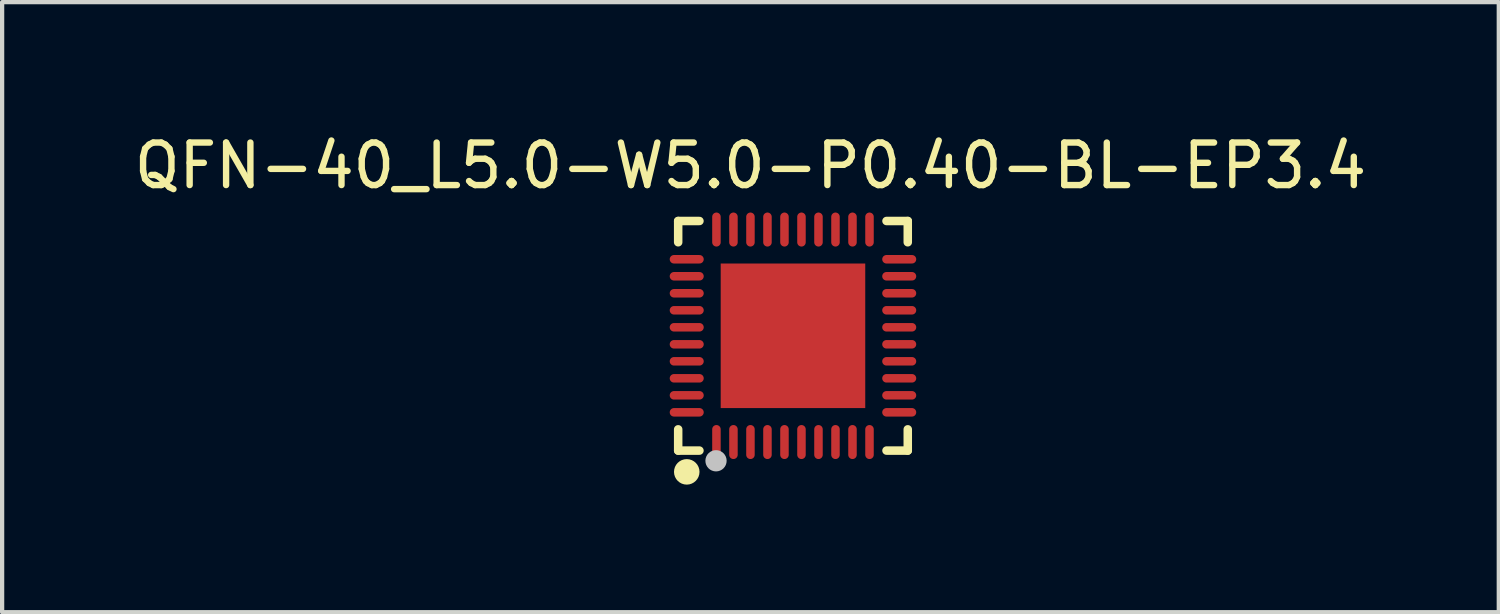
<source format=kicad_pcb>
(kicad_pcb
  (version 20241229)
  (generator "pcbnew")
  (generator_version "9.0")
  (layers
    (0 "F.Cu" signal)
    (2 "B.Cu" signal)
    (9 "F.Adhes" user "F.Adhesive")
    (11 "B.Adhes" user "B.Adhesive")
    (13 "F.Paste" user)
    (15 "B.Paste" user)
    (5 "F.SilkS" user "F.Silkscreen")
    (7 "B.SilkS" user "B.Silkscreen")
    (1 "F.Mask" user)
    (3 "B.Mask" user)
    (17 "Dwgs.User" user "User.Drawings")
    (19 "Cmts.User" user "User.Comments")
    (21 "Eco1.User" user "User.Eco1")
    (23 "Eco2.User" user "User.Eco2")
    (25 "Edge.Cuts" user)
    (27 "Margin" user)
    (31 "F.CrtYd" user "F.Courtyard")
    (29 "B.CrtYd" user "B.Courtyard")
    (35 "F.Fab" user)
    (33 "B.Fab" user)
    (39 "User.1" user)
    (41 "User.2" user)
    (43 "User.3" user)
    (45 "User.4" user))
  (footprint "QFN-40_L5.0-W5.0-P0.40-BL-EP3.4"
    (layer "F.Cu")
    (at 15.601 4.848)
    (property "Reference" "QFN-40_L5.0-W5.0-P0.40-BL-EP3.4" (at -1 -4 0) (layer "F.SilkS") (effects (font (size 1 1) (thickness 0.15))))
    (fp_line (start -2.7 -2.7) (end -2.7 -2.2) (stroke (width 0.2) (type default)) (layer "F.SilkS"))
    (fp_line (start -2.7 2.7) (end -2.7 2.2) (stroke (width 0.2) (type default)) (layer "F.SilkS"))
    (fp_line (start -2.2 -2.7) (end -2.7 -2.7) (stroke (width 0.2) (type default)) (layer "F.SilkS"))
    (fp_line (start -2.2 2.7) (end -2.7 2.7) (stroke (width 0.2) (type default)) (layer "F.SilkS"))
    (fp_line (start 2.7 -2.7) (end 2.2 -2.7) (stroke (width 0.2) (type default)) (layer "F.SilkS"))
    (fp_line (start 2.7 -2.2) (end 2.7 -2.7) (stroke (width 0.2) (type default)) (layer "F.SilkS"))
    (fp_line (start 2.7 2.2) (end 2.7 2.7) (stroke (width 0.2) (type default)) (layer "F.SilkS"))
    (fp_line (start 2.7 2.7) (end 2.2 2.7) (stroke (width 0.2) (type default)) (layer "F.SilkS"))
    (fp_arc (start -2.497 3.0505) (mid -2.49775 3.350503) (end -2.4995 3.0505) (stroke (width 0.3) (type default)) (layer "F.SilkS"))
    (fp_poly (pts (xy -1.36 -1.36) (xy 1.36 -1.36) (xy 1.36 1.36) (xy -1.36 1.36)) (stroke (width 0) (type default)) (fill yes) (layer "F.Paste"))
    (fp_poly (pts (arc (start -2.7995 -1.7) (mid -2.8995 -1.8) (end -2.7995 -1.9)) (arc (start -2.1995 -1.9) (mid -2.0995 -1.8) (end -2.1995 -1.7))) (stroke (width 0) (type default)) (fill yes) (layer "F.Paste"))
    (fp_poly (pts (arc (start -2.7995 -1.3) (mid -2.8995 -1.4) (end -2.7995 -1.5)) (arc (start -2.1995 -1.5) (mid -2.0995 -1.4) (end -2.1995 -1.3))) (stroke (width 0) (type default)) (fill yes) (layer "F.Paste"))
    (fp_poly (pts (arc (start -2.7995 -0.9) (mid -2.8995 -1) (end -2.7995 -1.1)) (arc (start -2.1995 -1.1) (mid -2.0995 -1) (end -2.1995 -0.9))) (stroke (width 0) (type default)) (fill yes) (layer "F.Paste"))
    (fp_poly (pts (arc (start -2.7995 -0.5) (mid -2.8995 -0.6) (end -2.7995 -0.7)) (arc (start -2.1995 -0.7) (mid -2.0995 -0.6) (end -2.1995 -0.5))) (stroke (width 0) (type default)) (fill yes) (layer "F.Paste"))
    (fp_poly (pts (arc (start -2.7995 -0.1) (mid -2.8995 -0.2) (end -2.7995 -0.3)) (arc (start -2.1995 -0.3) (mid -2.0995 -0.2) (end -2.1995 -0.1))) (stroke (width 0) (type default)) (fill yes) (layer "F.Paste"))
    (fp_poly (pts (arc (start -2.7995 0.3) (mid -2.8995 0.2) (end -2.7995 0.1)) (arc (start -2.1995 0.1) (mid -2.0995 0.2) (end -2.1995 0.3))) (stroke (width 0) (type default)) (fill yes) (layer "F.Paste"))
    (fp_poly (pts (arc (start -2.7995 0.7) (mid -2.8995 0.6) (end -2.7995 0.5)) (arc (start -2.1995 0.5) (mid -2.0995 0.6) (end -2.1995 0.7))) (stroke (width 0) (type default)) (fill yes) (layer "F.Paste"))
    (fp_poly (pts (arc (start -2.7995 1.1) (mid -2.8995 1) (end -2.7995 0.9)) (arc (start -2.1995 0.9) (mid -2.0995 1) (end -2.1995 1.1))) (stroke (width 0) (type default)) (fill yes) (layer "F.Paste"))
    (fp_poly (pts (arc (start -2.7995 1.5) (mid -2.8995 1.4) (end -2.7995 1.3)) (arc (start -2.1995 1.3) (mid -2.0995 1.4) (end -2.1995 1.5))) (stroke (width 0) (type default)) (fill yes) (layer "F.Paste"))
    (fp_poly (pts (arc (start -2.7995 1.9) (mid -2.8995 1.8) (end -2.7995 1.7)) (arc (start -2.1995 1.7) (mid -2.0995 1.8) (end -2.1995 1.9))) (stroke (width 0) (type default)) (fill yes) (layer "F.Paste"))
    (fp_poly (pts (arc (start -1.9 -2.7995) (mid -1.8 -2.8995) (end -1.7 -2.7995)) (arc (start -1.7 -2.1995) (mid -1.8 -2.0995) (end -1.9 -2.1995))) (stroke (width 0) (type default)) (fill yes) (layer "F.Paste"))
    (fp_poly (pts (arc (start -1.9 2.1995) (mid -1.8 2.0995) (end -1.7 2.1995)) (arc (start -1.7 2.7995) (mid -1.8 2.8995) (end -1.9 2.7995))) (stroke (width 0) (type default)) (fill yes) (layer "F.Paste"))
    (fp_poly (pts (arc (start -1.5 -2.7995) (mid -1.4 -2.8995) (end -1.3 -2.7995)) (arc (start -1.3 -2.1995) (mid -1.4 -2.0995) (end -1.5 -2.1995))) (stroke (width 0) (type default)) (fill yes) (layer "F.Paste"))
    (fp_poly (pts (arc (start -1.5 2.1995) (mid -1.4 2.0995) (end -1.3 2.1995)) (arc (start -1.3 2.7995) (mid -1.4 2.8995) (end -1.5 2.7995))) (stroke (width 0) (type default)) (fill yes) (layer "F.Paste"))
    (fp_poly (pts (arc (start -1.1 -2.7995) (mid -1 -2.8995) (end -0.9 -2.7995)) (arc (start -0.9 -2.1995) (mid -1 -2.0995) (end -1.1 -2.1995))) (stroke (width 0) (type default)) (fill yes) (layer "F.Paste"))
    (fp_poly (pts (arc (start -1.1 2.1995) (mid -1 2.0995) (end -0.9 2.1995)) (arc (start -0.9 2.7995) (mid -1 2.8995) (end -1.1 2.7995))) (stroke (width 0) (type default)) (fill yes) (layer "F.Paste"))
    (fp_poly (pts (arc (start -0.7 -2.7995) (mid -0.6 -2.8995) (end -0.5 -2.7995)) (arc (start -0.5 -2.1995) (mid -0.6 -2.0995) (end -0.7 -2.1995))) (stroke (width 0) (type default)) (fill yes) (layer "F.Paste"))
    (fp_poly (pts (arc (start -0.7 2.1995) (mid -0.6 2.0995) (end -0.5 2.1995)) (arc (start -0.5 2.7995) (mid -0.6 2.8995) (end -0.7 2.7995))) (stroke (width 0) (type default)) (fill yes) (layer "F.Paste"))
    (fp_poly (pts (arc (start -0.3 -2.7995) (mid -0.2 -2.8995) (end -0.1 -2.7995)) (arc (start -0.1 -2.1995) (mid -0.2 -2.0995) (end -0.3 -2.1995))) (stroke (width 0) (type default)) (fill yes) (layer "F.Paste"))
    (fp_poly (pts (arc (start -0.3 2.1995) (mid -0.2 2.0995) (end -0.1 2.1995)) (arc (start -0.1 2.7995) (mid -0.2 2.8995) (end -0.3 2.7995))) (stroke (width 0) (type default)) (fill yes) (layer "F.Paste"))
    (fp_poly (pts (arc (start 0.1 -2.7995) (mid 0.2 -2.8995) (end 0.3 -2.7995)) (arc (start 0.3 -2.1995) (mid 0.2 -2.0995) (end 0.1 -2.1995))) (stroke (width 0) (type default)) (fill yes) (layer "F.Paste"))
    (fp_poly (pts (arc (start 0.1 2.1995) (mid 0.2 2.0995) (end 0.3 2.1995)) (arc (start 0.3 2.7995) (mid 0.2 2.8995) (end 0.1 2.7995))) (stroke (width 0) (type default)) (fill yes) (layer "F.Paste"))
    (fp_poly (pts (arc (start 0.5 -2.7995) (mid 0.6 -2.8995) (end 0.7 -2.7995)) (arc (start 0.7 -2.1995) (mid 0.6 -2.0995) (end 0.5 -2.1995))) (stroke (width 0) (type default)) (fill yes) (layer "F.Paste"))
    (fp_poly (pts (arc (start 0.5 2.1995) (mid 0.6 2.0995) (end 0.7 2.1995)) (arc (start 0.7 2.7995) (mid 0.6 2.8995) (end 0.5 2.7995))) (stroke (width 0) (type default)) (fill yes) (layer "F.Paste"))
    (fp_poly (pts (arc (start 0.9 -2.7995) (mid 1 -2.8995) (end 1.1 -2.7995)) (arc (start 1.1 -2.1995) (mid 1 -2.0995) (end 0.9 -2.1995))) (stroke (width 0) (type default)) (fill yes) (layer "F.Paste"))
    (fp_poly (pts (arc (start 0.9 2.1995) (mid 1 2.0995) (end 1.1 2.1995)) (arc (start 1.1 2.7995) (mid 1 2.8995) (end 0.9 2.7995))) (stroke (width 0) (type default)) (fill yes) (layer "F.Paste"))
    (fp_poly (pts (arc (start 1.3 -2.7995) (mid 1.4 -2.8995) (end 1.5 -2.7995)) (arc (start 1.5 -2.1995) (mid 1.4 -2.0995) (end 1.3 -2.1995))) (stroke (width 0) (type default)) (fill yes) (layer "F.Paste"))
    (fp_poly (pts (arc (start 1.3 2.1995) (mid 1.4 2.0995) (end 1.5 2.1995)) (arc (start 1.5 2.7995) (mid 1.4 2.8995) (end 1.3 2.7995))) (stroke (width 0) (type default)) (fill yes) (layer "F.Paste"))
    (fp_poly (pts (arc (start 1.7 -2.7995) (mid 1.8 -2.8995) (end 1.9 -2.7995)) (arc (start 1.9 -2.1995) (mid 1.8 -2.0995) (end 1.7 -2.1995))) (stroke (width 0) (type default)) (fill yes) (layer "F.Paste"))
    (fp_poly (pts (arc (start 1.7 2.1995) (mid 1.8 2.0995) (end 1.9 2.1995)) (arc (start 1.9 2.7995) (mid 1.8 2.8995) (end 1.7 2.7995))) (stroke (width 0) (type default)) (fill yes) (layer "F.Paste"))
    (fp_poly (pts (arc (start 2.1995 -1.7) (mid 2.0995 -1.8) (end 2.1995 -1.9)) (arc (start 2.7995 -1.9) (mid 2.8995 -1.8) (end 2.7995 -1.7))) (stroke (width 0) (type default)) (fill yes) (layer "F.Paste"))
    (fp_poly (pts (arc (start 2.1995 -1.3) (mid 2.0995 -1.4) (end 2.1995 -1.5)) (arc (start 2.7995 -1.5) (mid 2.8995 -1.4) (end 2.7995 -1.3))) (stroke (width 0) (type default)) (fill yes) (layer "F.Paste"))
    (fp_poly (pts (arc (start 2.1995 -0.9) (mid 2.0995 -1) (end 2.1995 -1.1)) (arc (start 2.7995 -1.1) (mid 2.8995 -1) (end 2.7995 -0.9))) (stroke (width 0) (type default)) (fill yes) (layer "F.Paste"))
    (fp_poly (pts (arc (start 2.1995 -0.5) (mid 2.0995 -0.6) (end 2.1995 -0.7)) (arc (start 2.7995 -0.7) (mid 2.8995 -0.6) (end 2.7995 -0.5))) (stroke (width 0) (type default)) (fill yes) (layer "F.Paste"))
    (fp_poly (pts (arc (start 2.1995 -0.1) (mid 2.0995 -0.2) (end 2.1995 -0.3)) (arc (start 2.7995 -0.3) (mid 2.8995 -0.2) (end 2.7995 -0.1))) (stroke (width 0) (type default)) (fill yes) (layer "F.Paste"))
    (fp_poly (pts (arc (start 2.1995 0.3) (mid 2.0995 0.2) (end 2.1995 0.1)) (arc (start 2.7995 0.1) (mid 2.8995 0.2) (end 2.7995 0.3))) (stroke (width 0) (type default)) (fill yes) (layer "F.Paste"))
    (fp_poly (pts (arc (start 2.1995 0.7) (mid 2.0995 0.6) (end 2.1995 0.5)) (arc (start 2.7995 0.5) (mid 2.8995 0.6) (end 2.7995 0.7))) (stroke (width 0) (type default)) (fill yes) (layer "F.Paste"))
    (fp_poly (pts (arc (start 2.1995 1.1) (mid 2.0995 1) (end 2.1995 0.9)) (arc (start 2.7995 0.9) (mid 2.8995 1) (end 2.7995 1.1))) (stroke (width 0) (type default)) (fill yes) (layer "F.Paste"))
    (fp_poly (pts (arc (start 2.1995 1.5) (mid 2.0995 1.4) (end 2.1995 1.3)) (arc (start 2.7995 1.3) (mid 2.8995 1.4) (end 2.7995 1.5))) (stroke (width 0) (type default)) (fill yes) (layer "F.Paste"))
    (fp_poly (pts (arc (start 2.1995 1.9) (mid 2.0995 1.8) (end 2.1995 1.7)) (arc (start 2.7995 1.7) (mid 2.8995 1.8) (end 2.7995 1.9))) (stroke (width 0) (type default)) (fill yes) (layer "F.Paste"))
    (fp_circle (center -1.81 2.94) (end -1.685 2.94) (stroke (width 0.25) (type default)) (fill no) (layer "Dwgs.User"))
    (fp_poly (pts (xy -2.5 -1.701) (xy -2.5 -1.901) (xy -2.1 -1.901) (xy -2.1 -1.701)) (stroke (width 0.1) (type default)) (fill no) (layer "User.1"))
    (fp_poly (pts (xy -2.5 -1.3) (xy -2.5 -1.5) (xy -2.1 -1.5) (xy -2.1 -1.3)) (stroke (width 0.1) (type default)) (fill no) (layer "User.1"))
    (fp_poly (pts (xy -2.5 -0.901) (xy -2.5 -1.101) (xy -2.1 -1.101) (xy -2.1 -0.901)) (stroke (width 0.1) (type default)) (fill no) (layer "User.1"))
    (fp_poly (pts (xy -2.5 -0.499) (xy -2.5 -0.7) (xy -2.1 -0.7) (xy -2.1 -0.499)) (stroke (width 0.1) (type default)) (fill no) (layer "User.1"))
    (fp_poly (pts (xy -2.5 -0.101) (xy -2.5 -0.3) (xy -2.1 -0.3) (xy -2.1 -0.101)) (stroke (width 0.1) (type default)) (fill no) (layer "User.1"))
    (fp_poly (pts (xy -2.5 0.3) (xy -2.5 0.101) (xy -2.1 0.101) (xy -2.1 0.3)) (stroke (width 0.1) (type default)) (fill no) (layer "User.1"))
    (fp_poly (pts (xy -2.5 0.7) (xy -2.5 0.499) (xy -2.1 0.499) (xy -2.1 0.7)) (stroke (width 0.1) (type default)) (fill no) (layer "User.1"))
    (fp_poly (pts (xy -2.5 1.101) (xy -2.5 0.901) (xy -2.1 0.901) (xy -2.1 1.101)) (stroke (width 0.1) (type default)) (fill no) (layer "User.1"))
    (fp_poly (pts (xy -2.5 1.5) (xy -2.5 1.3) (xy -2.1 1.3) (xy -2.1 1.5)) (stroke (width 0.1) (type default)) (fill no) (layer "User.1"))
    (fp_poly (pts (xy -2.5 1.901) (xy -2.5 1.701) (xy -2.1 1.701) (xy -2.1 1.901)) (stroke (width 0.1) (type default)) (fill no) (layer "User.1"))
    (fp_poly (pts (xy -1.901 -2.1) (xy -1.901 -2.5) (xy -1.701 -2.5) (xy -1.701 -2.1)) (stroke (width 0.1) (type default)) (fill no) (layer "User.1"))
    (fp_poly (pts (xy -1.901 2.5) (xy -1.901 2.1) (xy -1.701 2.1) (xy -1.701 2.5)) (stroke (width 0.1) (type default)) (fill no) (layer "User.1"))
    (fp_poly (pts (xy -1.7 -1.7) (xy 1.7 -1.7) (xy 1.7 1.7) (xy -1.7 1.7)) (stroke (width 0.1) (type default)) (fill no) (layer "User.1"))
    (fp_poly (pts (xy -1.5 -2.1) (xy -1.5 -2.5) (xy -1.3 -2.5) (xy -1.3 -2.1)) (stroke (width 0.1) (type default)) (fill no) (layer "User.1"))
    (fp_poly (pts (xy -1.5 2.5) (xy -1.5 2.1) (xy -1.3 2.1) (xy -1.3 2.5)) (stroke (width 0.1) (type default)) (fill no) (layer "User.1"))
    (fp_poly (pts (xy -1.101 -2.1) (xy -1.101 -2.5) (xy -0.901 -2.5) (xy -0.901 -2.1)) (stroke (width 0.1) (type default)) (fill no) (layer "User.1"))
    (fp_poly (pts (xy -1.101 2.5) (xy -1.101 2.1) (xy -0.901 2.1) (xy -0.901 2.5)) (stroke (width 0.1) (type default)) (fill no) (layer "User.1"))
    (fp_poly (pts (xy -0.7 -2.1) (xy -0.7 -2.5) (xy -0.499 -2.5) (xy -0.499 -2.1)) (stroke (width 0.1) (type default)) (fill no) (layer "User.1"))
    (fp_poly (pts (xy -0.7 2.5) (xy -0.7 2.1) (xy -0.499 2.1) (xy -0.499 2.5)) (stroke (width 0.1) (type default)) (fill no) (layer "User.1"))
    (fp_poly (pts (xy -0.3 -2.1) (xy -0.3 -2.5) (xy -0.101 -2.5) (xy -0.101 -2.1)) (stroke (width 0.1) (type default)) (fill no) (layer "User.1"))
    (fp_poly (pts (xy -0.3 2.5) (xy -0.3 2.1) (xy -0.101 2.1) (xy -0.101 2.5)) (stroke (width 0.1) (type default)) (fill no) (layer "User.1"))
    (fp_poly (pts (xy 0.101 -2.1) (xy 0.101 -2.5) (xy 0.3 -2.5) (xy 0.3 -2.1)) (stroke (width 0.1) (type default)) (fill no) (layer "User.1"))
    (fp_poly (pts (xy 0.101 2.5) (xy 0.101 2.1) (xy 0.3 2.1) (xy 0.3 2.5)) (stroke (width 0.1) (type default)) (fill no) (layer "User.1"))
    (fp_poly (pts (xy 0.499 -2.1) (xy 0.499 -2.5) (xy 0.7 -2.5) (xy 0.7 -2.1)) (stroke (width 0.1) (type default)) (fill no) (layer "User.1"))
    (fp_poly (pts (xy 0.499 2.5) (xy 0.499 2.1) (xy 0.7 2.1) (xy 0.7 2.5)) (stroke (width 0.1) (type default)) (fill no) (layer "User.1"))
    (fp_poly (pts (xy 0.901 -2.1) (xy 0.901 -2.5) (xy 1.101 -2.5) (xy 1.101 -2.1)) (stroke (width 0.1) (type default)) (fill no) (layer "User.1"))
    (fp_poly (pts (xy 0.901 2.5) (xy 0.901 2.1) (xy 1.101 2.1) (xy 1.101 2.5)) (stroke (width 0.1) (type default)) (fill no) (layer "User.1"))
    (fp_poly (pts (xy 1.3 -2.1) (xy 1.3 -2.5) (xy 1.5 -2.5) (xy 1.5 -2.1)) (stroke (width 0.1) (type default)) (fill no) (layer "User.1"))
    (fp_poly (pts (xy 1.3 2.5) (xy 1.3 2.1) (xy 1.5 2.1) (xy 1.5 2.5)) (stroke (width 0.1) (type default)) (fill no) (layer "User.1"))
    (fp_poly (pts (xy 1.701 -2.1) (xy 1.701 -2.5) (xy 1.901 -2.5) (xy 1.901 -2.1)) (stroke (width 0.1) (type default)) (fill no) (layer "User.1"))
    (fp_poly (pts (xy 1.701 2.5) (xy 1.701 2.1) (xy 1.901 2.1) (xy 1.901 2.5)) (stroke (width 0.1) (type default)) (fill no) (layer "User.1"))
    (fp_poly (pts (xy 2.1 -1.701) (xy 2.1 -1.901) (xy 2.5 -1.901) (xy 2.5 -1.701)) (stroke (width 0.1) (type default)) (fill no) (layer "User.1"))
    (fp_poly (pts (xy 2.1 -1.3) (xy 2.1 -1.5) (xy 2.5 -1.5) (xy 2.5 -1.3)) (stroke (width 0.1) (type default)) (fill no) (layer "User.1"))
    (fp_poly (pts (xy 2.1 -0.901) (xy 2.1 -1.101) (xy 2.5 -1.101) (xy 2.5 -0.901)) (stroke (width 0.1) (type default)) (fill no) (layer "User.1"))
    (fp_poly (pts (xy 2.1 -0.499) (xy 2.1 -0.7) (xy 2.5 -0.7) (xy 2.5 -0.499)) (stroke (width 0.1) (type default)) (fill no) (layer "User.1"))
    (fp_poly (pts (xy 2.1 -0.101) (xy 2.1 -0.3) (xy 2.5 -0.3) (xy 2.5 -0.101)) (stroke (width 0.1) (type default)) (fill no) (layer "User.1"))
    (fp_poly (pts (xy 2.1 0.3) (xy 2.1 0.101) (xy 2.5 0.101) (xy 2.5 0.3)) (stroke (width 0.1) (type default)) (fill no) (layer "User.1"))
    (fp_poly (pts (xy 2.1 0.7) (xy 2.1 0.499) (xy 2.5 0.499) (xy 2.5 0.7)) (stroke (width 0.1) (type default)) (fill no) (layer "User.1"))
    (fp_poly (pts (xy 2.1 1.101) (xy 2.1 0.901) (xy 2.5 0.901) (xy 2.5 1.101)) (stroke (width 0.1) (type default)) (fill no) (layer "User.1"))
    (fp_poly (pts (xy 2.1 1.5) (xy 2.1 1.3) (xy 2.5 1.3) (xy 2.5 1.5)) (stroke (width 0.1) (type default)) (fill no) (layer "User.1"))
    (fp_poly (pts (xy 2.1 1.901) (xy 2.1 1.701) (xy 2.5 1.701) (xy 2.5 1.901)) (stroke (width 0.1) (type default)) (fill no) (layer "User.1"))
    (fp_line (start -2.5 -2.5) (end 2.5 -2.5) (stroke (width 0.051) (type default)) (layer "User.2"))
    (fp_line (start -2.5 2.5) (end -2.5 -2.5) (stroke (width 0.051) (type default)) (layer "User.2"))
    (fp_line (start 2.5 -2.5) (end 2.5 2.5) (stroke (width 0.051) (type default)) (layer "User.2"))
    (fp_line (start 2.5 2.5) (end -2.5 2.5) (stroke (width 0.051) (type default)) (layer "User.2"))
    (fp_poly (pts (xy -2.44 2.5) (xy -2.458 2.458) (xy -2.5 2.44) (xy -2.542 2.458) (xy -2.56 2.5) (xy -2.542 2.542) (xy -2.5 2.56) (xy -2.458 2.542)) (stroke (width 0.1) (type default)) (fill no) (layer "User.3"))
    (pad "1" smd oval (at -1.8 2.499) (size 0.2 0.8) (layers "F.Cu" "F.Mask" "F.Paste"))
    (pad "2" smd oval (at -1.4 2.499) (size 0.2 0.8) (layers "F.Cu" "F.Mask" "F.Paste"))
    (pad "3" smd oval (at -1 2.499) (size 0.2 0.8) (layers "F.Cu" "F.Mask" "F.Paste"))
    (pad "4" smd oval (at -0.6 2.499) (size 0.2 0.8) (layers "F.Cu" "F.Mask" "F.Paste"))
    (pad "5" smd oval (at -0.2 2.499) (size 0.2 0.8) (layers "F.Cu" "F.Mask" "F.Paste"))
    (pad "6" smd oval (at 0.2 2.499) (size 0.2 0.8) (layers "F.Cu" "F.Mask" "F.Paste"))
    (pad "7" smd oval (at 0.6 2.499) (size 0.2 0.8) (layers "F.Cu" "F.Mask" "F.Paste"))
    (pad "8" smd oval (at 1 2.499) (size 0.2 0.8) (layers "F.Cu" "F.Mask" "F.Paste"))
    (pad "9" smd oval (at 1.4 2.499) (size 0.2 0.8) (layers "F.Cu" "F.Mask" "F.Paste"))
    (pad "10" smd oval (at 1.8 2.499) (size 0.2 0.8) (layers "F.Cu" "F.Mask" "F.Paste"))
    (pad "11" smd oval (at 2.499 1.8) (size 0.8 0.2) (layers "F.Cu" "F.Mask" "F.Paste"))
    (pad "12" smd oval (at 2.499 1.4) (size 0.8 0.2) (layers "F.Cu" "F.Mask" "F.Paste"))
    (pad "13" smd oval (at 2.499 1) (size 0.8 0.2) (layers "F.Cu" "F.Mask" "F.Paste"))
    (pad "14" smd oval (at 2.499 0.6) (size 0.8 0.2) (layers "F.Cu" "F.Mask" "F.Paste"))
    (pad "15" smd oval (at 2.499 0.2) (size 0.8 0.2) (layers "F.Cu" "F.Mask" "F.Paste"))
    (pad "16" smd oval (at 2.499 -0.2) (size 0.8 0.2) (layers "F.Cu" "F.Mask" "F.Paste"))
    (pad "17" smd oval (at 2.499 -0.6) (size 0.8 0.2) (layers "F.Cu" "F.Mask" "F.Paste"))
    (pad "18" smd oval (at 2.499 -1) (size 0.8 0.2) (layers "F.Cu" "F.Mask" "F.Paste"))
    (pad "19" smd oval (at 2.499 -1.4) (size 0.8 0.2) (layers "F.Cu" "F.Mask" "F.Paste"))
    (pad "20" smd oval (at 2.499 -1.8) (size 0.8 0.2) (layers "F.Cu" "F.Mask" "F.Paste"))
    (pad "21" smd oval (at 1.8 -2.499) (size 0.2 0.8) (layers "F.Cu" "F.Mask" "F.Paste"))
    (pad "22" smd oval (at 1.4 -2.499) (size 0.2 0.8) (layers "F.Cu" "F.Mask" "F.Paste"))
    (pad "23" smd oval (at 1 -2.499) (size 0.2 0.8) (layers "F.Cu" "F.Mask" "F.Paste"))
    (pad "24" smd oval (at 0.6 -2.499) (size 0.2 0.8) (layers "F.Cu" "F.Mask" "F.Paste"))
    (pad "25" smd oval (at 0.2 -2.499) (size 0.2 0.8) (layers "F.Cu" "F.Mask" "F.Paste"))
    (pad "26" smd oval (at -0.2 -2.499) (size 0.2 0.8) (layers "F.Cu" "F.Mask" "F.Paste"))
    (pad "27" smd oval (at -0.6 -2.499) (size 0.2 0.8) (layers "F.Cu" "F.Mask" "F.Paste"))
    (pad "28" smd oval (at -1 -2.499) (size 0.2 0.8) (layers "F.Cu" "F.Mask" "F.Paste"))
    (pad "29" smd oval (at -1.4 -2.499) (size 0.2 0.8) (layers "F.Cu" "F.Mask" "F.Paste"))
    (pad "30" smd oval (at -1.8 -2.499) (size 0.2 0.8) (layers "F.Cu" "F.Mask" "F.Paste"))
    (pad "31" smd oval (at -2.499 -1.8) (size 0.8 0.2) (layers "F.Cu" "F.Mask" "F.Paste"))
    (pad "32" smd oval (at -2.499 -1.4) (size 0.8 0.2) (layers "F.Cu" "F.Mask" "F.Paste"))
    (pad "33" smd oval (at -2.499 -1) (size 0.8 0.2) (layers "F.Cu" "F.Mask" "F.Paste"))
    (pad "34" smd oval (at -2.499 -0.6) (size 0.8 0.2) (layers "F.Cu" "F.Mask" "F.Paste"))
    (pad "35" smd oval (at -2.499 -0.2) (size 0.8 0.2) (layers "F.Cu" "F.Mask" "F.Paste"))
    (pad "36" smd oval (at -2.499 0.2) (size 0.8 0.2) (layers "F.Cu" "F.Mask" "F.Paste"))
    (pad "37" smd oval (at -2.499 0.6) (size 0.8 0.2) (layers "F.Cu" "F.Mask" "F.Paste"))
    (pad "38" smd oval (at -2.499 1) (size 0.8 0.2) (layers "F.Cu" "F.Mask" "F.Paste"))
    (pad "39" smd oval (at -2.499 1.4) (size 0.8 0.2) (layers "F.Cu" "F.Mask" "F.Paste"))
    (pad "40" smd oval (at -2.499 1.8) (size 0.8 0.2) (layers "F.Cu" "F.Mask" "F.Paste"))
    (pad "41" smd rect (at 0 0) (size 3.4 3.4) (layers "F.Cu" "F.Mask" "F.Paste")))
  (gr_rect
    (start -3 -3)
    (end 32.202 11.349)
    (stroke (width 0.1) (type default))
    (fill no)
    (layer "Edge.Cuts")))
</source>
